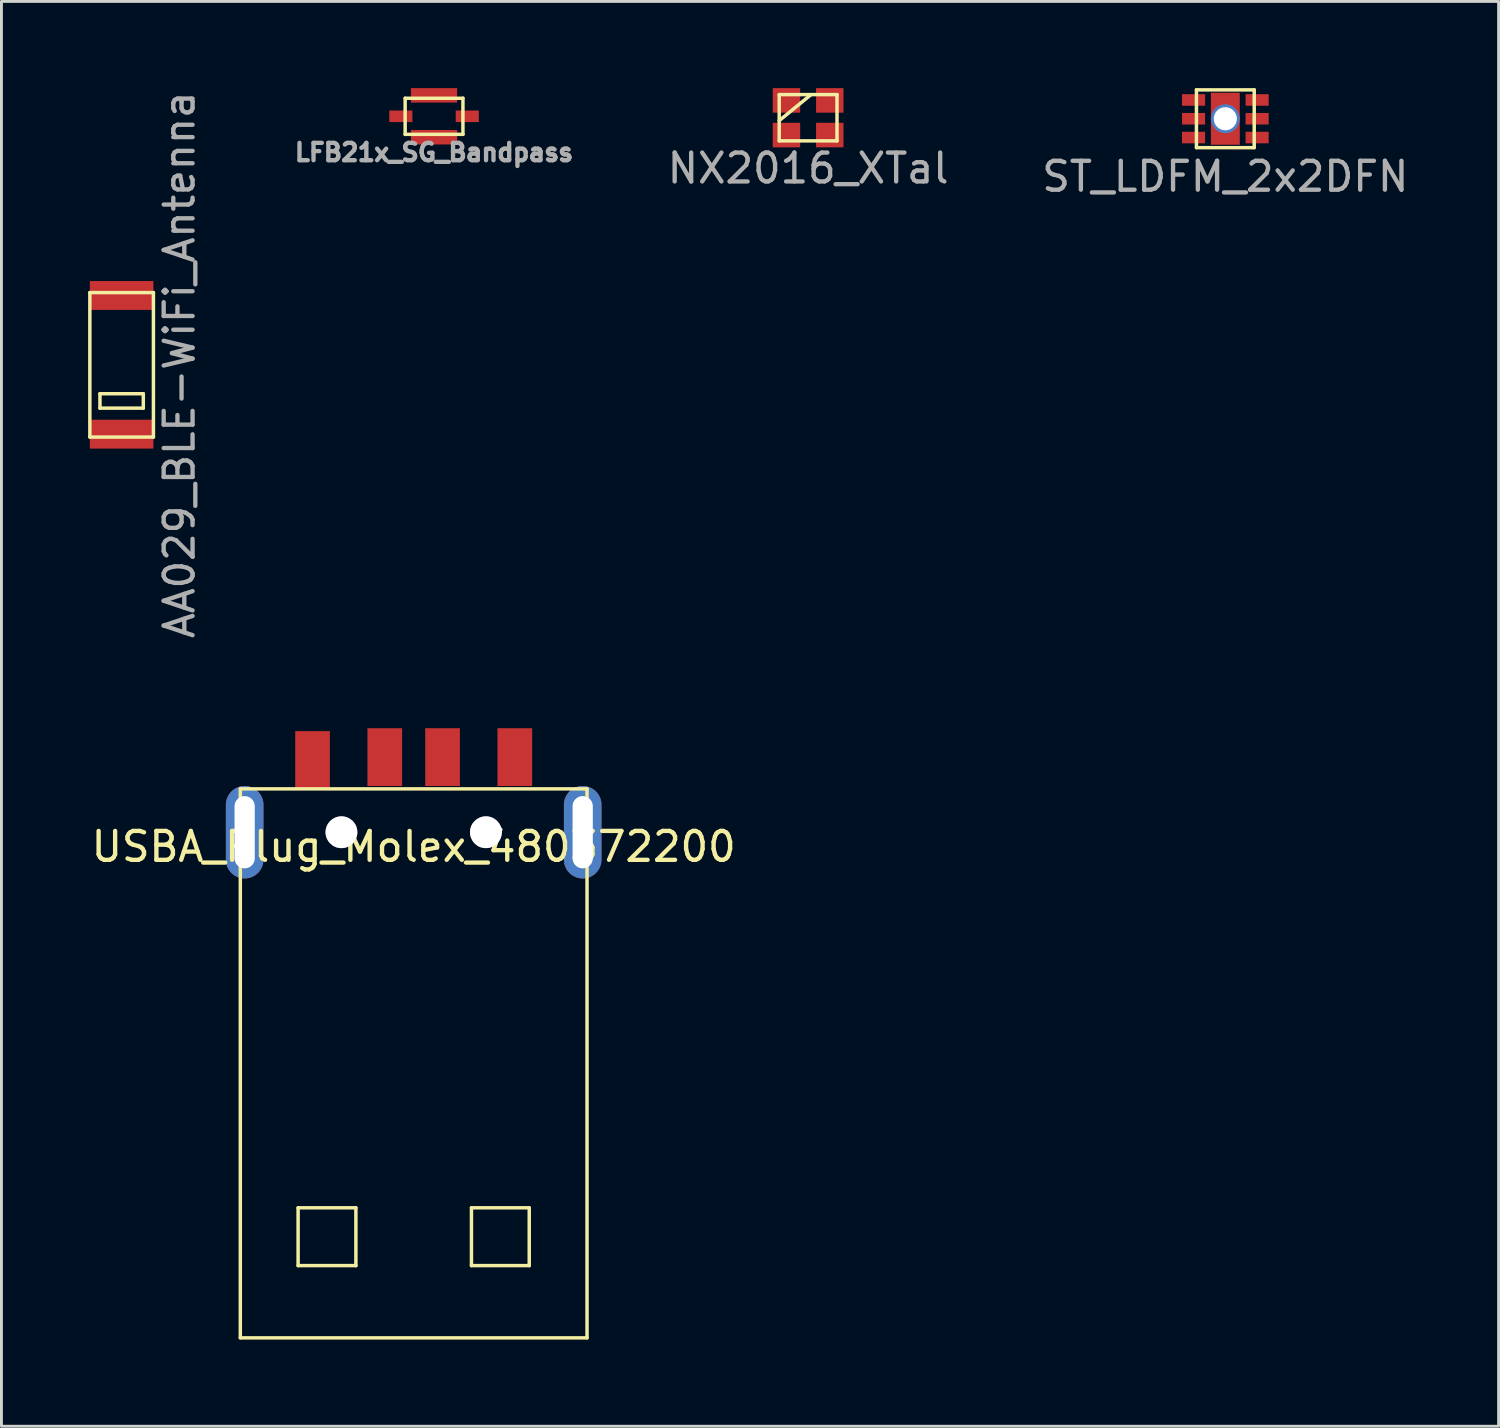
<source format=kicad_pcb>
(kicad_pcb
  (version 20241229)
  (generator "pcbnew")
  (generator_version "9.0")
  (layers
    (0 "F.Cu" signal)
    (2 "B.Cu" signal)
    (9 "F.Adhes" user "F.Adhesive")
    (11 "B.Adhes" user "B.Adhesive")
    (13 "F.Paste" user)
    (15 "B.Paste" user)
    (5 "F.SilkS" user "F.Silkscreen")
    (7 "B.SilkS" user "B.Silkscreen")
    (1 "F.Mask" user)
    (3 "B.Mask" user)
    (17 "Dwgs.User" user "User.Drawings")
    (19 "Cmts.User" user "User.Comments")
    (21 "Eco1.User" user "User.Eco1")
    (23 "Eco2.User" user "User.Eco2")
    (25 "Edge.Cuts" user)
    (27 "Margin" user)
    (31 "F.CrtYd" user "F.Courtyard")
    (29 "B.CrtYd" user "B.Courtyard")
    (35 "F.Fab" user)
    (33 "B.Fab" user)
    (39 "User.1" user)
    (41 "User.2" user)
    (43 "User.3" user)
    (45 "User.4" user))
  (footprint "AA029_BLE-WiFi_Antenna"
    (layer "F.Cu")
    (at 1.16 9.577)
    (property "Reference" "AA029_BLE-WiFi_Antenna" (at 2 0 90) (layer "F.Fab") (effects (font (size 1 1) (thickness 0.15))))
    (attr through_hole)
    (fp_line (start -1.1 -2.5) (end -1.1 2.5) (stroke (width 0.12) (type solid)) (layer "F.SilkS"))
    (fp_line (start -1.1 2.5) (end 1.1 2.5) (stroke (width 0.12) (type solid)) (layer "F.SilkS"))
    (fp_line (start -0.75 1) (end -0.75 1.5) (stroke (width 0.12) (type solid)) (layer "F.SilkS"))
    (fp_line (start -0.75 1.5) (end 0.75 1.5) (stroke (width 0.12) (type solid)) (layer "F.SilkS"))
    (fp_line (start 0.75 1) (end -0.75 1) (stroke (width 0.12) (type solid)) (layer "F.SilkS"))
    (fp_line (start 0.75 1.5) (end 0.75 1) (stroke (width 0.12) (type solid)) (layer "F.SilkS"))
    (fp_line (start 1.1 -2.5) (end -1.1 -2.5) (stroke (width 0.12) (type solid)) (layer "F.SilkS"))
    (fp_line (start 1.1 2.5) (end 1.1 -2.5) (stroke (width 0.12) (type solid)) (layer "F.SilkS"))
    (pad "1" smd rect (at 0 2.4) (size 2.2 1) (layers "F.Cu" "F.Mask" "F.Paste"))
    (pad "2" smd rect (at 0 -2.4) (size 2.2 1) (layers "F.Cu" "F.Mask" "F.Paste")))
  (footprint "USBA_Plug_Molex_480372200"
    (layer "F.Cu")
    (at 11.268 25.755)
    (property "Reference" "USBA_Plug_Molex_480372200" (at 0 0.5 0) (layer "F.SilkS") (effects (font (size 1 1) (thickness 0.15))))
    (attr through_hole)
    (fp_line (start -6 -1.5) (end -6 17.5) (stroke (width 0.12) (type solid)) (layer "F.SilkS"))
    (fp_line (start -6 17.5) (end 6 17.5) (stroke (width 0.12) (type solid)) (layer "F.SilkS"))
    (fp_line (start -4 13) (end -2 13) (stroke (width 0.12) (type solid)) (layer "F.SilkS"))
    (fp_line (start -4 15) (end -4 13) (stroke (width 0.12) (type solid)) (layer "F.SilkS"))
    (fp_line (start -2 13) (end -2 15) (stroke (width 0.12) (type solid)) (layer "F.SilkS"))
    (fp_line (start -2 15) (end -4 15) (stroke (width 0.12) (type solid)) (layer "F.SilkS"))
    (fp_line (start 2 13) (end 4 13) (stroke (width 0.12) (type solid)) (layer "F.SilkS"))
    (fp_line (start 2 15) (end 2 13) (stroke (width 0.12) (type solid)) (layer "F.SilkS"))
    (fp_line (start 4 13) (end 4 15) (stroke (width 0.12) (type solid)) (layer "F.SilkS"))
    (fp_line (start 4 15) (end 2 15) (stroke (width 0.12) (type solid)) (layer "F.SilkS"))
    (fp_line (start 6 -1.5) (end -6 -1.5) (stroke (width 0.12) (type solid)) (layer "F.SilkS"))
    (fp_line (start 6 17.5) (end 6 -1.5) (stroke (width 0.12) (type solid)) (layer "F.SilkS"))
    (pad "1" smd rect (at 3.5 -2.6) (size 1.2 2) (layers "F.Cu" "F.Mask" "F.Paste"))
    (pad "2" smd rect (at 1 -2.6) (size 1.2 2) (layers "F.Cu" "F.Mask" "F.Paste"))
    (pad "3" smd rect (at -1 -2.6) (size 1.2 2) (layers "F.Cu" "F.Mask" "F.Paste"))
    (pad "4" smd rect (at -3.5 -2.5) (size 1.2 2) (layers "F.Cu" "F.Mask" "F.Paste"))
    (pad "5" thru_hole oval (at -5.85 0) (size 1.3 3.2) (drill oval 0.7 2.5) (layers "*.Cu" "*.Mask"))
    (pad "5" thru_hole oval (at -2.5 0) (size 1.1 1.1) (drill 1.1) (layers "*.Cu" "*.Mask"))
    (pad "5" thru_hole oval (at 2.5 0) (size 1.1 1.1) (drill 1.1) (layers "*.Cu" "*.Mask"))
    (pad "5" thru_hole oval (at 5.85 0) (size 1.3 3.2) (drill oval 0.7 2.5) (layers "*.Cu" "*.Mask")))
  (footprint "LFB21x_SG_Bandpass"
    (layer "F.Cu")
    (at 11.973 0.975)
    (property "Reference" "LFB21x_SG_Bandpass" (at 0 1.25 0) (layer "F.Fab") (effects (font (size 0.6 0.6) (thickness 0.15))))
    (attr through_hole)
    (fp_line (start -1 -0.625) (end -1 0.625) (stroke (width 0.12) (type solid)) (layer "F.SilkS"))
    (fp_line (start -1 0.625) (end 1 0.625) (stroke (width 0.12) (type solid)) (layer "F.SilkS"))
    (fp_line (start 1 -0.625) (end -1 -0.625) (stroke (width 0.12) (type solid)) (layer "F.SilkS"))
    (fp_line (start 1 0.625) (end 1 -0.625) (stroke (width 0.12) (type solid)) (layer "F.SilkS"))
    (pad "1" smd rect (at -1.15 0) (size 0.8 0.4) (layers "F.Cu" "F.Mask" "F.Paste"))
    (pad "2" smd rect (at 0 -0.725) (size 1.6 0.5) (layers "F.Cu" "F.Mask" "F.Paste"))
    (pad "3" smd rect (at 1.15 0) (size 0.8 0.4) (layers "F.Cu" "F.Mask" "F.Paste"))
    (pad "4" smd rect (at 0 0.725) (size 1.6 0.5) (layers "F.Cu" "F.Mask" "F.Paste")))
  (footprint "ST_LDFM_2x2DFN"
    (layer "F.Cu")
    (at 39.361 1.06)
    (property "Reference" "ST_LDFM_2x2DFN" (at 0 2 0) (layer "F.Fab") (effects (font (size 1 1) (thickness 0.15))))
    (attr through_hole)
    (fp_line (start -1 -1) (end 1 -1) (stroke (width 0.12) (type solid)) (layer "F.SilkS"))
    (fp_line (start -1 1) (end -1 -1) (stroke (width 0.12) (type solid)) (layer "F.SilkS"))
    (fp_line (start 1 -1) (end 1 1) (stroke (width 0.12) (type solid)) (layer "F.SilkS"))
    (fp_line (start 1 1) (end -1 1) (stroke (width 0.12) (type solid)) (layer "F.SilkS"))
    (pad "1" smd rect (at -1.1 -0.65) (size 0.8 0.4) (layers "F.Cu" "F.Mask" "F.Paste"))
    (pad "2" smd rect (at -1.1 0) (size 0.8 0.4) (layers "F.Cu" "F.Mask" "F.Paste"))
    (pad "3" smd rect (at -1.1 0.65) (size 0.8 0.4) (layers "F.Cu" "F.Mask" "F.Paste"))
    (pad "4" smd rect (at 1.1 0.65) (size 0.8 0.4) (layers "F.Cu" "F.Mask" "F.Paste"))
    (pad "5" smd rect (at 1.1 0) (size 0.8 0.4) (layers "F.Cu" "F.Mask" "F.Paste"))
    (pad "6" smd rect (at 1.1 -0.65) (size 0.8 0.4) (layers "F.Cu" "F.Mask" "F.Paste"))
    (pad "7" thru_hole circle (at 0 0) (size 1 1) (drill 0.8) (layers "*.Cu" "*.Mask"))
    (pad "7" smd rect (at 0 0) (size 1 1.8) (layers "F.Cu" "F.Mask" "F.Paste")))
  (footprint "NX2016_XTal"
    (layer "F.Cu")
    (at 24.92 1.025)
    (property "Reference" "NX2016_XTal" (at 0 1.75 0) (layer "F.Fab") (effects (font (size 1 1) (thickness 0.15))))
    (attr through_hole)
    (fp_line (start -1 -0.8) (end 1 -0.8) (stroke (width 0.12) (type solid)) (layer "F.SilkS"))
    (fp_line (start -1 0.1) (end 0.1 -0.8) (stroke (width 0.12) (type solid)) (layer "F.SilkS"))
    (fp_line (start -1 0.8) (end -1 -0.8) (stroke (width 0.12) (type solid)) (layer "F.SilkS"))
    (fp_line (start 1 -0.8) (end 1 0.8) (stroke (width 0.12) (type solid)) (layer "F.SilkS"))
    (fp_line (start 1 0.8) (end -1 0.8) (stroke (width 0.12) (type solid)) (layer "F.SilkS"))
    (pad "1" smd rect (at -0.75 0.6) (size 0.95 0.85) (layers "F.Cu" "F.Mask" "F.Paste"))
    (pad "2" smd rect (at -0.75 -0.6) (size 0.95 0.85) (layers "F.Cu" "F.Mask" "F.Paste"))
    (pad "2" smd rect (at 0.75 0.6) (size 0.95 0.85) (layers "F.Cu" "F.Mask" "F.Paste"))
    (pad "3" smd rect (at 0.75 -0.6) (size 0.95 0.85) (layers "F.Cu" "F.Mask" "F.Paste")))
  (gr_rect
    (start -3 -3)
    (end 48.819 46.315)
    (stroke (width 0.1) (type default))
    (fill no)
    (layer "Edge.Cuts")))
</source>
